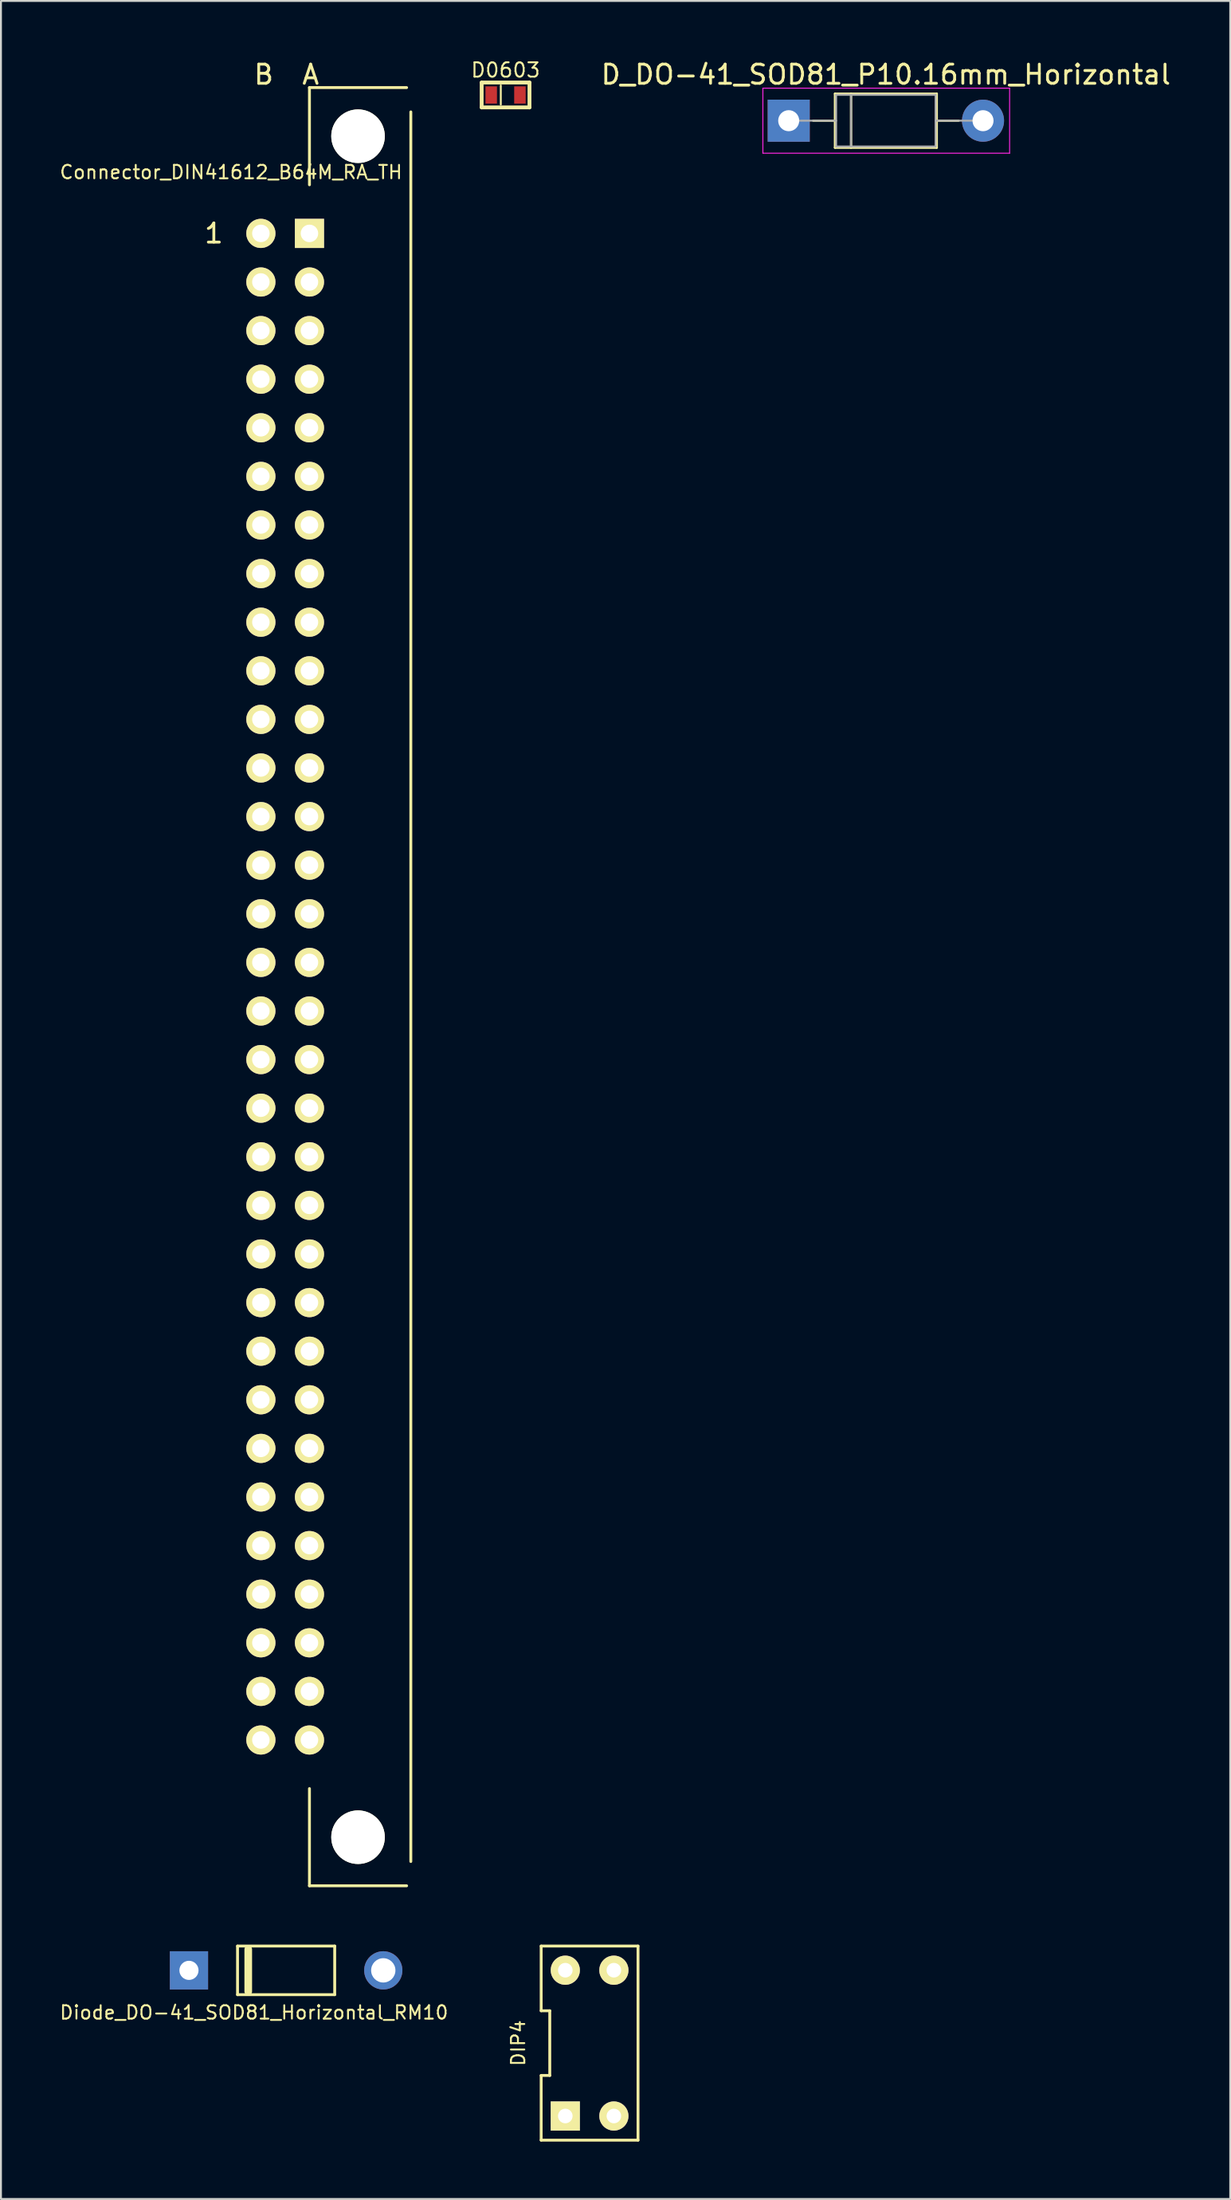
<source format=kicad_pcb>
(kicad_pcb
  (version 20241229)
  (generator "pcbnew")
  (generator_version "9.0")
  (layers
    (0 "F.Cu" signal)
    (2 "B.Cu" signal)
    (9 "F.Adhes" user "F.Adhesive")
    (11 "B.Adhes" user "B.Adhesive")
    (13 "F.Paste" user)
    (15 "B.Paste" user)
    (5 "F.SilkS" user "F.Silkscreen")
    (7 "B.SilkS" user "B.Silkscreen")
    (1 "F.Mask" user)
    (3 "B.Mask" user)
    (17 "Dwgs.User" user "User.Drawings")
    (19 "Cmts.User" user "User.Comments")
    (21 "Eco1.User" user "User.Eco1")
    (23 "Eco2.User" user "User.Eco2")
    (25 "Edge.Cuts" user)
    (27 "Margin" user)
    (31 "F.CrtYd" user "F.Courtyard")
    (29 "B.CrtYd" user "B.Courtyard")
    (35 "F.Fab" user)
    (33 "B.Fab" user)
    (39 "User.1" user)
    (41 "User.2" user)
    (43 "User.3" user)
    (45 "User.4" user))
  (footprint "Diode_DO-41_SOD81_Horizontal_RM10"
    (layer "F.Cu")
    (at 6.83 99.931)
    (property "Reference" "Diode_DO-41_SOD81_Horizontal_RM10" (at 3.4 2.2 0) (layer "F.SilkS") (effects (font (size 0.7 0.7) (thickness 0.1))))
    (attr through_hole)
    (fp_line (start 2.54 -1.273) (end 7.62 -1.273) (stroke (width 0.15) (type solid)) (layer "F.SilkS"))
    (fp_line (start 2.54 1.267) (end 2.54 -1.273) (stroke (width 0.15) (type solid)) (layer "F.SilkS"))
    (fp_line (start 3.1 -1.1) (end 3.1 1.1) (stroke (width 0.4) (type solid)) (layer "F.SilkS"))
    (fp_line (start 7.62 -1.273) (end 7.62 1.267) (stroke (width 0.15) (type solid)) (layer "F.SilkS"))
    (fp_line (start 7.62 1.267) (end 2.54 1.267) (stroke (width 0.15) (type solid)) (layer "F.SilkS"))
    (pad "A" thru_hole circle (at 10.16 -0.003 180) (size 1.999 1.999) (drill 1.27) (layers "*.Cu" "*.Mask"))
    (pad "K" thru_hole rect (at 0 -0.003 180) (size 1.999 1.999) (drill 1.001) (layers "*.Cu" "*.Mask")))
  (footprint "D_DO-41_SOD81_P10.16mm_Horizontal"
    (layer "F.Cu")
    (at 38.188 3.258)
    (property "Reference" "D_DO-41_SOD81_P10.16mm_Horizontal" (at 5.08 -2.41 0) (layer "F.SilkS") (effects (font (size 1 1) (thickness 0.15))))
    (attr through_hole)
    (fp_line (start 1.28 0) (end 2.42 0) (stroke (width 0.12) (type solid)) (layer "F.SilkS"))
    (fp_line (start 2.42 -1.41) (end 2.42 1.41) (stroke (width 0.12) (type solid)) (layer "F.SilkS"))
    (fp_line (start 2.42 1.41) (end 7.74 1.41) (stroke (width 0.12) (type solid)) (layer "F.SilkS"))
    (fp_line (start 3.26 -1.41) (end 3.26 1.41) (stroke (width 0.12) (type solid)) (layer "F.SilkS"))
    (fp_line (start 7.74 -1.41) (end 2.42 -1.41) (stroke (width 0.12) (type solid)) (layer "F.SilkS"))
    (fp_line (start 7.74 1.41) (end 7.74 -1.41) (stroke (width 0.12) (type solid)) (layer "F.SilkS"))
    (fp_line (start 8.88 0) (end 7.74 0) (stroke (width 0.12) (type solid)) (layer "F.SilkS"))
    (fp_line (start -1.35 -1.7) (end -1.35 1.7) (stroke (width 0.05) (type solid)) (layer "F.CrtYd"))
    (fp_line (start -1.35 1.7) (end 11.55 1.7) (stroke (width 0.05) (type solid)) (layer "F.CrtYd"))
    (fp_line (start 11.55 -1.7) (end -1.35 -1.7) (stroke (width 0.05) (type solid)) (layer "F.CrtYd"))
    (fp_line (start 11.55 1.7) (end 11.55 -1.7) (stroke (width 0.05) (type solid)) (layer "F.CrtYd"))
    (fp_line (start 0 0) (end 2.48 0) (stroke (width 0.1) (type solid)) (layer "F.Fab"))
    (fp_line (start 2.48 -1.35) (end 2.48 1.35) (stroke (width 0.1) (type solid)) (layer "F.Fab"))
    (fp_line (start 2.48 1.35) (end 7.68 1.35) (stroke (width 0.1) (type solid)) (layer "F.Fab"))
    (fp_line (start 3.26 -1.35) (end 3.26 1.35) (stroke (width 0.1) (type solid)) (layer "F.Fab"))
    (fp_line (start 7.68 -1.35) (end 2.48 -1.35) (stroke (width 0.1) (type solid)) (layer "F.Fab"))
    (fp_line (start 7.68 1.35) (end 7.68 -1.35) (stroke (width 0.1) (type solid)) (layer "F.Fab"))
    (fp_line (start 10.16 0) (end 7.68 0) (stroke (width 0.1) (type solid)) (layer "F.Fab"))
    (pad "A" thru_hole oval (at 10.16 0) (size 2.2 2.2) (drill 1.1) (layers "*.Cu" "*.Mask"))
    (pad "K" thru_hole rect (at 0 0) (size 2.2 2.2) (drill 1.1) (layers "*.Cu" "*.Mask")))
  (footprint "Connector_DIN41612_B64M_RA_TH"
    (layer "F.Cu")
    (at 13.13 9.148)
    (property "Reference" "Connector_DIN41612_B64M_RA_TH" (at -4.1 -3.2 0) (layer "F.SilkS") (effects (font (size 0.7 0.7) (thickness 0.1))))
    (attr through_hole)
    (fp_line (start 0 -7.62) (end 5.08 -7.62) (stroke (width 0.15) (type solid)) (layer "F.SilkS"))
    (fp_line (start 0 -2.54) (end 0 -7.62) (stroke (width 0.15) (type solid)) (layer "F.SilkS"))
    (fp_line (start 0 81.28) (end 0 86.36) (stroke (width 0.15) (type solid)) (layer "F.SilkS"))
    (fp_line (start 0 86.36) (end 5.08 86.36) (stroke (width 0.15) (type solid)) (layer "F.SilkS"))
    (fp_line (start 5.3 85.09) (end 5.3 -6.35) (stroke (width 0.15) (type solid)) (layer "F.SilkS"))
    (fp_text user "1" (at -5 0 0) (layer "F.SilkS") (effects (font (size 1 1) (thickness 0.15))))
    (fp_text user "B  A" (at -1.2 -8.3 0) (layer "F.SilkS") (effects (font (size 1 1) (thickness 0.15))))
    (pad "" np_thru_hole circle (at 2.54 -5.08) (size 2.8 2.8) (drill 2.8) (layers "*.Cu" "*.Mask" "F.SilkS"))
    (pad "" np_thru_hole circle (at 2.54 83.82) (size 2.8 2.8) (drill 2.8) (layers "*.Cu" "*.Mask" "F.SilkS"))
    (pad "A1" thru_hole rect (at 0 0) (size 1.524 1.524) (drill 0.914) (layers "*.Cu" "*.Mask" "F.SilkS"))
    (pad "A2" thru_hole circle (at 0 2.54) (size 1.524 1.524) (drill 0.914) (layers "*.Cu" "*.Mask" "F.SilkS"))
    (pad "A3" thru_hole circle (at 0 5.08) (size 1.524 1.524) (drill 0.914) (layers "*.Cu" "*.Mask" "F.SilkS"))
    (pad "A4" thru_hole circle (at 0 7.62) (size 1.524 1.524) (drill 0.914) (layers "*.Cu" "*.Mask" "F.SilkS"))
    (pad "A5" thru_hole circle (at 0 10.16) (size 1.524 1.524) (drill 0.914) (layers "*.Cu" "*.Mask" "F.SilkS"))
    (pad "A6" thru_hole circle (at 0 12.7) (size 1.524 1.524) (drill 0.914) (layers "*.Cu" "*.Mask" "F.SilkS"))
    (pad "A7" thru_hole circle (at 0 15.24) (size 1.524 1.524) (drill 0.914) (layers "*.Cu" "*.Mask" "F.SilkS"))
    (pad "A8" thru_hole circle (at 0 17.78) (size 1.524 1.524) (drill 0.914) (layers "*.Cu" "*.Mask" "F.SilkS"))
    (pad "A9" thru_hole circle (at 0 20.32) (size 1.524 1.524) (drill 0.914) (layers "*.Cu" "*.Mask" "F.SilkS"))
    (pad "A10" thru_hole circle (at 0 22.86) (size 1.524 1.524) (drill 0.914) (layers "*.Cu" "*.Mask" "F.SilkS"))
    (pad "A11" thru_hole circle (at 0 25.4) (size 1.524 1.524) (drill 0.914) (layers "*.Cu" "*.Mask" "F.SilkS"))
    (pad "A12" thru_hole circle (at 0 27.94) (size 1.524 1.524) (drill 0.914) (layers "*.Cu" "*.Mask" "F.SilkS"))
    (pad "A13" thru_hole circle (at 0 30.48) (size 1.524 1.524) (drill 0.914) (layers "*.Cu" "*.Mask" "F.SilkS"))
    (pad "A14" thru_hole circle (at 0 33.02) (size 1.524 1.524) (drill 0.914) (layers "*.Cu" "*.Mask" "F.SilkS"))
    (pad "A15" thru_hole circle (at 0 35.56) (size 1.524 1.524) (drill 0.914) (layers "*.Cu" "*.Mask" "F.SilkS"))
    (pad "A16" thru_hole circle (at 0 38.1) (size 1.524 1.524) (drill 0.914) (layers "*.Cu" "*.Mask" "F.SilkS"))
    (pad "A17" thru_hole circle (at 0 40.64) (size 1.524 1.524) (drill 0.914) (layers "*.Cu" "*.Mask" "F.SilkS"))
    (pad "A18" thru_hole circle (at 0 43.18) (size 1.524 1.524) (drill 0.914) (layers "*.Cu" "*.Mask" "F.SilkS"))
    (pad "A19" thru_hole circle (at 0 45.72) (size 1.524 1.524) (drill 0.914) (layers "*.Cu" "*.Mask" "F.SilkS"))
    (pad "A20" thru_hole circle (at 0 48.26) (size 1.524 1.524) (drill 0.914) (layers "*.Cu" "*.Mask" "F.SilkS"))
    (pad "A21" thru_hole circle (at 0 50.8) (size 1.524 1.524) (drill 0.914) (layers "*.Cu" "*.Mask" "F.SilkS"))
    (pad "A22" thru_hole circle (at 0 53.34) (size 1.524 1.524) (drill 0.914) (layers "*.Cu" "*.Mask" "F.SilkS"))
    (pad "A23" thru_hole circle (at 0 55.88) (size 1.524 1.524) (drill 0.914) (layers "*.Cu" "*.Mask" "F.SilkS"))
    (pad "A24" thru_hole circle (at 0 58.42) (size 1.524 1.524) (drill 0.914) (layers "*.Cu" "*.Mask" "F.SilkS"))
    (pad "A25" thru_hole circle (at 0 60.96) (size 1.524 1.524) (drill 0.914) (layers "*.Cu" "*.Mask" "F.SilkS"))
    (pad "A26" thru_hole circle (at 0 63.5) (size 1.524 1.524) (drill 0.914) (layers "*.Cu" "*.Mask" "F.SilkS"))
    (pad "A27" thru_hole circle (at 0 66.04) (size 1.524 1.524) (drill 0.914) (layers "*.Cu" "*.Mask" "F.SilkS"))
    (pad "A28" thru_hole circle (at 0 68.58) (size 1.524 1.524) (drill 0.914) (layers "*.Cu" "*.Mask" "F.SilkS"))
    (pad "A29" thru_hole circle (at 0 71.12) (size 1.524 1.524) (drill 0.914) (layers "*.Cu" "*.Mask" "F.SilkS"))
    (pad "A30" thru_hole circle (at 0 73.66) (size 1.524 1.524) (drill 0.914) (layers "*.Cu" "*.Mask" "F.SilkS"))
    (pad "A31" thru_hole circle (at 0 76.2) (size 1.524 1.524) (drill 0.914) (layers "*.Cu" "*.Mask" "F.SilkS"))
    (pad "A32" thru_hole circle (at 0 78.74) (size 1.524 1.524) (drill 0.914) (layers "*.Cu" "*.Mask" "F.SilkS"))
    (pad "B1" thru_hole circle (at -2.54 0) (size 1.524 1.524) (drill 0.914) (layers "*.Cu" "*.Mask" "F.SilkS"))
    (pad "B2" thru_hole circle (at -2.54 2.54) (size 1.524 1.524) (drill 0.914) (layers "*.Cu" "*.Mask" "F.SilkS"))
    (pad "B3" thru_hole circle (at -2.54 5.08) (size 1.524 1.524) (drill 0.914) (layers "*.Cu" "*.Mask" "F.SilkS"))
    (pad "B4" thru_hole circle (at -2.54 7.62) (size 1.524 1.524) (drill 0.914) (layers "*.Cu" "*.Mask" "F.SilkS"))
    (pad "B5" thru_hole circle (at -2.54 10.16) (size 1.524 1.524) (drill 0.914) (layers "*.Cu" "*.Mask" "F.SilkS"))
    (pad "B6" thru_hole circle (at -2.54 12.7) (size 1.524 1.524) (drill 0.914) (layers "*.Cu" "*.Mask" "F.SilkS"))
    (pad "B7" thru_hole circle (at -2.54 15.24) (size 1.524 1.524) (drill 0.914) (layers "*.Cu" "*.Mask" "F.SilkS"))
    (pad "B8" thru_hole circle (at -2.54 17.78) (size 1.524 1.524) (drill 0.914) (layers "*.Cu" "*.Mask" "F.SilkS"))
    (pad "B9" thru_hole circle (at -2.54 20.32) (size 1.524 1.524) (drill 0.914) (layers "*.Cu" "*.Mask" "F.SilkS"))
    (pad "B10" thru_hole circle (at -2.54 22.86) (size 1.524 1.524) (drill 0.914) (layers "*.Cu" "*.Mask" "F.SilkS"))
    (pad "B11" thru_hole circle (at -2.54 25.4) (size 1.524 1.524) (drill 0.914) (layers "*.Cu" "*.Mask" "F.SilkS"))
    (pad "B12" thru_hole circle (at -2.54 27.94) (size 1.524 1.524) (drill 0.914) (layers "*.Cu" "*.Mask" "F.SilkS"))
    (pad "B13" thru_hole circle (at -2.54 30.48) (size 1.524 1.524) (drill 0.914) (layers "*.Cu" "*.Mask" "F.SilkS"))
    (pad "B14" thru_hole circle (at -2.54 33.02) (size 1.524 1.524) (drill 0.914) (layers "*.Cu" "*.Mask" "F.SilkS"))
    (pad "B15" thru_hole circle (at -2.54 35.56) (size 1.524 1.524) (drill 0.914) (layers "*.Cu" "*.Mask" "F.SilkS"))
    (pad "B16" thru_hole circle (at -2.54 38.1) (size 1.524 1.524) (drill 0.914) (layers "*.Cu" "*.Mask" "F.SilkS"))
    (pad "B17" thru_hole circle (at -2.54 40.64) (size 1.524 1.524) (drill 0.914) (layers "*.Cu" "*.Mask" "F.SilkS"))
    (pad "B18" thru_hole circle (at -2.54 43.18) (size 1.524 1.524) (drill 0.914) (layers "*.Cu" "*.Mask" "F.SilkS"))
    (pad "B19" thru_hole circle (at -2.54 45.72) (size 1.524 1.524) (drill 0.914) (layers "*.Cu" "*.Mask" "F.SilkS"))
    (pad "B20" thru_hole circle (at -2.54 48.26) (size 1.524 1.524) (drill 0.914) (layers "*.Cu" "*.Mask" "F.SilkS"))
    (pad "B21" thru_hole circle (at -2.54 50.8) (size 1.524 1.524) (drill 0.914) (layers "*.Cu" "*.Mask" "F.SilkS"))
    (pad "B22" thru_hole circle (at -2.54 53.34) (size 1.524 1.524) (drill 0.914) (layers "*.Cu" "*.Mask" "F.SilkS"))
    (pad "B23" thru_hole circle (at -2.54 55.88) (size 1.524 1.524) (drill 0.914) (layers "*.Cu" "*.Mask" "F.SilkS"))
    (pad "B24" thru_hole circle (at -2.54 58.42) (size 1.524 1.524) (drill 0.914) (layers "*.Cu" "*.Mask" "F.SilkS"))
    (pad "B25" thru_hole circle (at -2.54 60.96) (size 1.524 1.524) (drill 0.914) (layers "*.Cu" "*.Mask" "F.SilkS"))
    (pad "B26" thru_hole circle (at -2.54 63.5) (size 1.524 1.524) (drill 0.914) (layers "*.Cu" "*.Mask" "F.SilkS"))
    (pad "B27" thru_hole circle (at -2.54 66.04) (size 1.524 1.524) (drill 0.914) (layers "*.Cu" "*.Mask" "F.SilkS"))
    (pad "B28" thru_hole circle (at -2.54 68.58) (size 1.524 1.524) (drill 0.914) (layers "*.Cu" "*.Mask" "F.SilkS"))
    (pad "B29" thru_hole circle (at -2.54 71.12) (size 1.524 1.524) (drill 0.914) (layers "*.Cu" "*.Mask" "F.SilkS"))
    (pad "B30" thru_hole circle (at -2.54 73.66) (size 1.524 1.524) (drill 0.914) (layers "*.Cu" "*.Mask" "F.SilkS"))
    (pad "B31" thru_hole circle (at -2.54 76.2) (size 1.524 1.524) (drill 0.914) (layers "*.Cu" "*.Mask" "F.SilkS"))
    (pad "B32" thru_hole circle (at -2.54 78.74) (size 1.524 1.524) (drill 0.914) (layers "*.Cu" "*.Mask" "F.SilkS")))
  (footprint "D0603"
    (layer "F.Cu")
    (at 23.384 1.914)
    (property "Reference" "D0603" (at 0 -1.3 0) (layer "F.SilkS") (effects (font (size 0.75 0.75) (thickness 0.1))))
    (attr smd)
    (fp_line (start -1.25 -0.65) (end 1.25 -0.65) (stroke (width 0.2) (type solid)) (layer "F.SilkS"))
    (fp_line (start -1.25 0.65) (end -1.25 -0.65) (stroke (width 0.2) (type solid)) (layer "F.SilkS"))
    (fp_line (start -0.25 -0.5) (end -0.25 0.5) (stroke (width 0.1) (type solid)) (layer "F.SilkS"))
    (fp_line (start 1.25 -0.65) (end 1.25 0.65) (stroke (width 0.2) (type solid)) (layer "F.SilkS"))
    (fp_line (start 1.25 0.65) (end -1.25 0.65) (stroke (width 0.2) (type solid)) (layer "F.SilkS"))
    (pad "A" smd rect (at 0.75 0) (size 0.6 0.9) (layers "F.Cu" "F.Mask" "F.Paste"))
    (pad "K" smd rect (at -0.75 0) (size 0.6 0.9) (layers "F.Cu" "F.Mask" "F.Paste")))
  (footprint "DIP4"
    (layer "F.Cu")
    (at 27.777 103.73)
    (property "Reference" "DIP4" (at -3.732 0 90) (layer "F.SilkS") (effects (font (size 0.7 0.7) (thickness 0.1))))
    (attr through_hole)
    (fp_line (start -2.532 -1.691) (end -2.082 -1.691) (stroke (width 0.15) (type solid)) (layer "F.SilkS"))
    (fp_line (start -2.532 1.691) (end -2.532 5.072) (stroke (width 0.15) (type solid)) (layer "F.SilkS"))
    (fp_line (start -2.532 5.072) (end 2.532 5.072) (stroke (width 0.15) (type solid)) (layer "F.SilkS"))
    (fp_line (start -2.532 -5.072) (end -2.532 -1.691) (stroke (width 0.15) (type solid)) (layer "F.SilkS"))
    (fp_line (start -2.082 -1.691) (end -2.082 1.691) (stroke (width 0.15) (type solid)) (layer "F.SilkS"))
    (fp_line (start -2.082 1.691) (end -2.532 1.691) (stroke (width 0.15) (type solid)) (layer "F.SilkS"))
    (fp_line (start 2.532 5.072) (end 2.532 -5.072) (stroke (width 0.15) (type solid)) (layer "F.SilkS"))
    (fp_line (start 2.532 -5.072) (end -2.532 -5.072) (stroke (width 0.15) (type solid)) (layer "F.SilkS"))
    (pad "1" thru_hole rect (at -1.27 3.81) (size 1.524 1.524) (drill 0.762) (layers "*.Cu" "*.Mask" "F.SilkS"))
    (pad "2" thru_hole circle (at 1.27 3.81) (size 1.524 1.524) (drill 0.762) (layers "*.Cu" "*.Mask" "F.SilkS"))
    (pad "3" thru_hole circle (at 1.27 -3.81) (size 1.524 1.524) (drill 0.762) (layers "*.Cu" "*.Mask" "F.SilkS"))
    (pad "4" thru_hole circle (at -1.27 -3.81) (size 1.524 1.524) (drill 0.762) (layers "*.Cu" "*.Mask" "F.SilkS")))
  (gr_rect
    (start -3 -3)
    (end 61.274 111.877)
    (stroke (width 0.1) (type default))
    (fill no)
    (layer "Edge.Cuts")))
</source>
